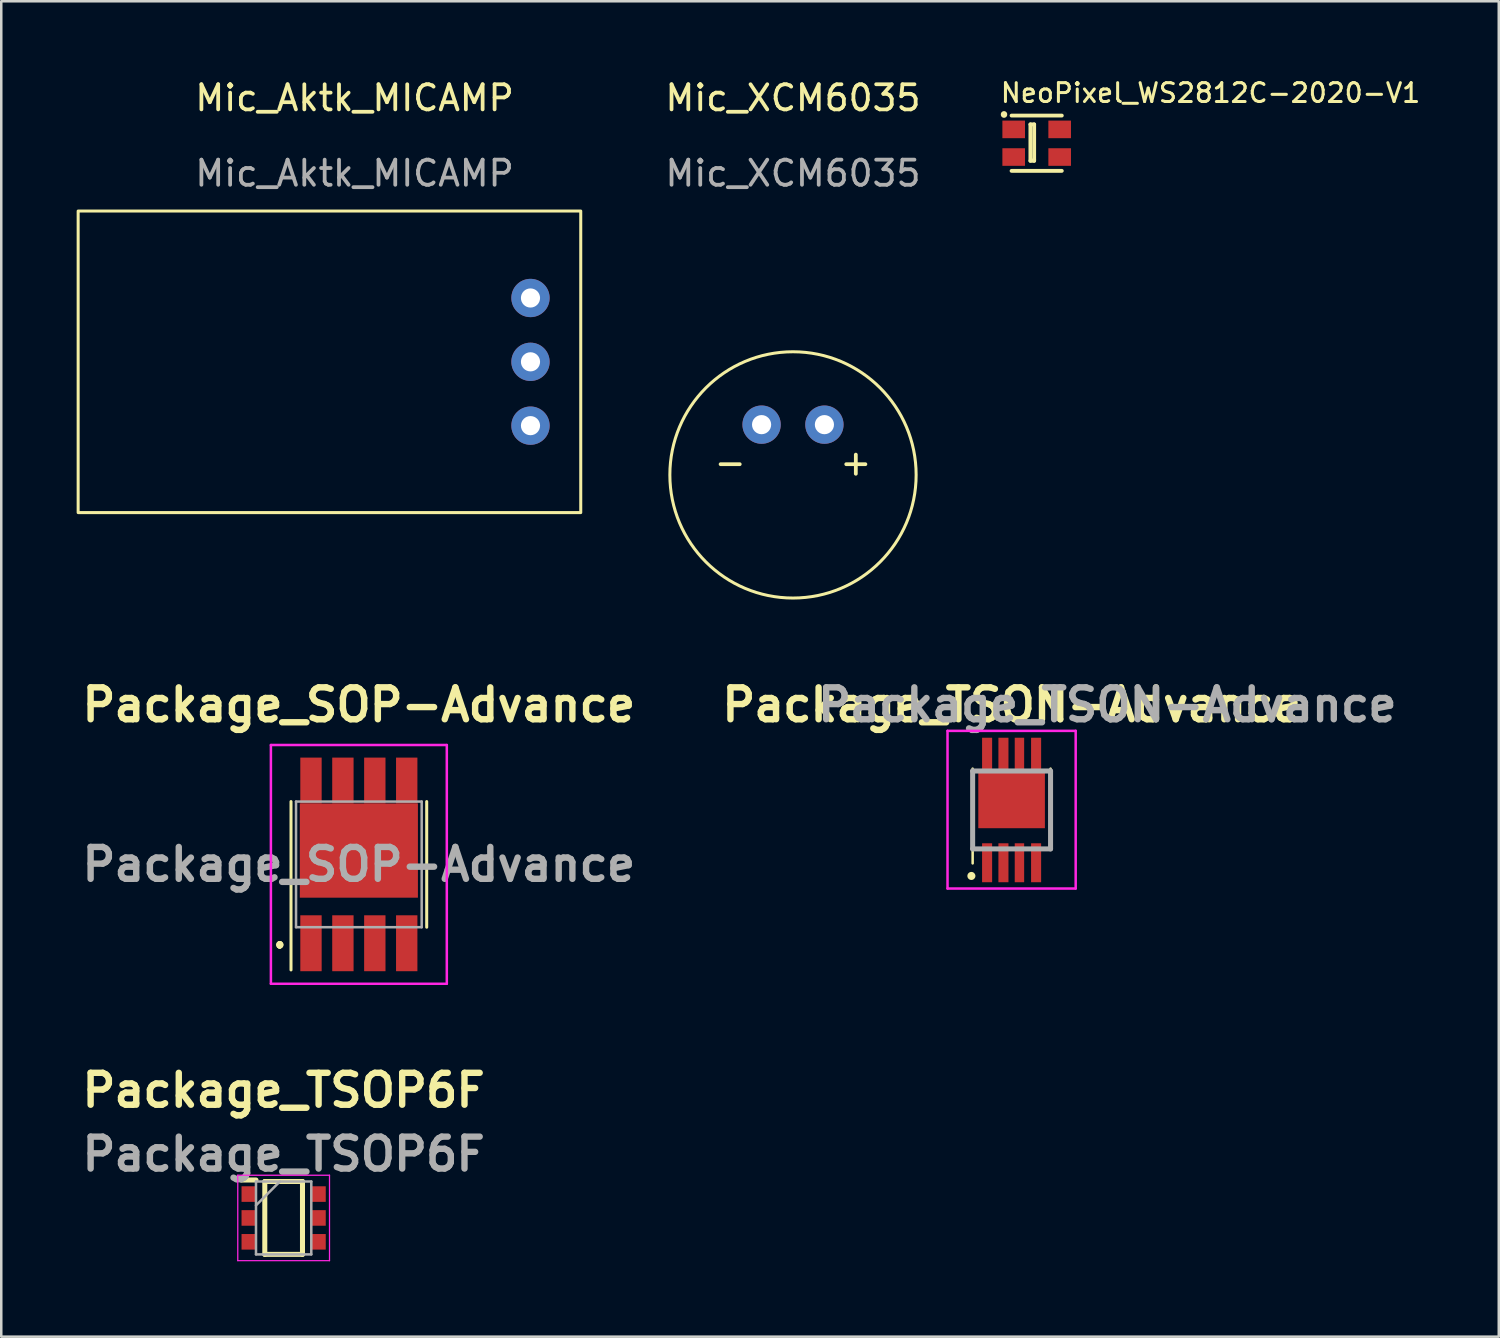
<source format=kicad_pcb>
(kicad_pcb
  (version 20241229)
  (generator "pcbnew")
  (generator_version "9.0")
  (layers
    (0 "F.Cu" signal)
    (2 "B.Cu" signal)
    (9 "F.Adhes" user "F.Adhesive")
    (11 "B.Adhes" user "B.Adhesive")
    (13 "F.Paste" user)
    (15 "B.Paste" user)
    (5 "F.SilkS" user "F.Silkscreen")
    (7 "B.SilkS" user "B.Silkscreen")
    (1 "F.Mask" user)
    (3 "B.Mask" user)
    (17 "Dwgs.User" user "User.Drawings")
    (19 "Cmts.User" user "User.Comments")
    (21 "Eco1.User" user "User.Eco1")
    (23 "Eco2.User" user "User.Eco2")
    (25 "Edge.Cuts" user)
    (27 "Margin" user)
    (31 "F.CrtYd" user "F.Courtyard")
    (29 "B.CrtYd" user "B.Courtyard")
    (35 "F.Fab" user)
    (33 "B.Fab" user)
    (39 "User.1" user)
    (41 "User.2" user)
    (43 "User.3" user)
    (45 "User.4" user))
  (footprint "Package_TSON-Advance"
    (layer "F.Cu")
    (at 37.205 28.807)
    (property "Reference" "Package_TSON-Advance" (at 0 -3.81 0) (layer "F.SilkS") (effects (font (size 1.27 1.27) (thickness 0.254))))
    (attr smd)
    (fp_line (start -1.55 -1.27) (end -1.55 2.5) (stroke (width 0.1) (type solid)) (layer "F.SilkS"))
    (fp_line (start 1.55 -1.27) (end 1.55 1.924) (stroke (width 0.1) (type solid)) (layer "F.SilkS"))
    (fp_circle (center -1.6 3) (end -1.5 3) (stroke (width 0.12) (type solid)) (fill yes) (layer "F.SilkS"))
    (fp_line (start -2.55 -2.774) (end 2.55 -2.774) (stroke (width 0.1) (type solid)) (layer "F.CrtYd"))
    (fp_line (start -2.55 3.5) (end -2.55 -2.774) (stroke (width 0.1) (type solid)) (layer "F.CrtYd"))
    (fp_line (start 2.55 -2.774) (end 2.55 3.5) (stroke (width 0.1) (type solid)) (layer "F.CrtYd"))
    (fp_line (start 2.55 3.5) (end -2.55 3.5) (stroke (width 0.1) (type solid)) (layer "F.CrtYd"))
    (fp_line (start -1.55 -1.176) (end -1.55 1.924) (stroke (width 0.2) (type solid)) (layer "F.Fab"))
    (fp_line (start -1.55 1.924) (end 1.55 1.924) (stroke (width 0.2) (type solid)) (layer "F.Fab"))
    (fp_line (start 1.55 -1.176) (end -1.55 -1.176) (stroke (width 0.2) (type solid)) (layer "F.Fab"))
    (fp_line (start 1.55 1.924) (end 1.55 -1.176) (stroke (width 0.2) (type solid)) (layer "F.Fab"))
    (fp_text user "${REFERENCE}" (at 3.81 -3.81 0) (layer "F.Fab") (effects (font (size 1.27 1.27) (thickness 0.254))))
    (pad "1" smd rect (at -0.975 2.475 90) (size 1.55 0.4) (layers "F.Cu" "F.Mask" "F.Paste"))
    (pad "2" smd rect (at -0.325 2.475 90) (size 1.55 0.4) (layers "F.Cu" "F.Mask" "F.Paste"))
    (pad "3" smd rect (at 0.312 2.475 90) (size 1.55 0.375) (layers "F.Cu" "F.Mask" "F.Paste"))
    (pad "4" smd rect (at 0.975 2.475 90) (size 1.55 0.4) (layers "F.Cu" "F.Mask" "F.Paste"))
    (pad "5" smd rect (at -0.975 -1.8 90) (size 1.4 0.4) (layers "F.Cu" "F.Mask" "F.Paste"))
    (pad "5" smd rect (at -0.325 -1.8 90) (size 1.4 0.4) (layers "F.Cu" "F.Mask" "F.Paste"))
    (pad "5" smd rect (at 0 0 90) (size 2.2 2.65) (layers "F.Cu" "F.Mask" "F.Paste"))
    (pad "5" smd rect (at 0.312 -1.8 90) (size 1.4 0.375) (layers "F.Cu" "F.Mask" "F.Paste"))
    (pad "5" smd rect (at 0.975 -1.8 90) (size 1.4 0.4) (layers "F.Cu" "F.Mask" "F.Paste")))
  (footprint "NeoPixel_WS2812C-2020-V1"
    (layer "F.Cu")
    (at 38.203 2.649)
    (property "Reference" "NeoPixel_WS2812C-2020-V1" (at -1.5 -2 0) (layer "F.SilkS") (effects (font (size 0.75 0.75) (thickness 0.12)) (justify left)))
    (attr smd)
    (fp_line (start -1.3 -1.15) (end -1.3 -1.138) (stroke (width 0.254) (type solid)) (layer "F.SilkS"))
    (fp_line (start -1 1.1) (end 1 1.1) (stroke (width 0.152) (type solid)) (layer "F.SilkS"))
    (fp_line (start -0.25 -0.75) (end -0.25 0.7) (stroke (width 0.152) (type solid)) (layer "F.SilkS"))
    (fp_line (start -0.25 -0.75) (end -0.1 -0.75) (stroke (width 0.152) (type solid)) (layer "F.SilkS"))
    (fp_line (start -0.1 -0.75) (end -0.1 0.65) (stroke (width 0.152) (type solid)) (layer "F.SilkS"))
    (fp_line (start -0.1 0.65) (end -0.1 0.7) (stroke (width 0.152) (type solid)) (layer "F.SilkS"))
    (fp_line (start -0.1 0.7) (end -0.25 0.7) (stroke (width 0.152) (type solid)) (layer "F.SilkS"))
    (fp_line (start 1 -1.1) (end -1 -1.1) (stroke (width 0.152) (type solid)) (layer "F.SilkS"))
    (pad "1" smd rect (at -0.915 -0.55) (size 0.9 0.7) (layers "F.Cu" "F.Mask" "F.Paste"))
    (pad "2" smd rect (at -0.915 0.55) (size 0.9 0.7) (layers "F.Cu" "F.Mask" "F.Paste"))
    (pad "3" smd rect (at 0.915 0.55) (size 0.9 0.7) (layers "F.Cu" "F.Mask" "F.Paste"))
    (pad "4" smd rect (at 0.915 -0.55) (size 0.9 0.7) (layers "F.Cu" "F.Mask" "F.Paste")))
  (footprint "Package_TSOP6F"
    (layer "F.Cu")
    (at 8.237 45.416)
    (property "Reference" "Package_TSOP6F" (at 0 -5.08 0) (layer "F.SilkS") (effects (font (size 1.27 1.27) (thickness 0.254))))
    (attr smd)
    (fp_line (start -1.675 -1.51) (end -1.1 -1.51) (stroke (width 0.2) (type solid)) (layer "F.SilkS"))
    (fp_line (start -0.75 -1.45) (end 0.75 -1.45) (stroke (width 0.2) (type solid)) (layer "F.SilkS"))
    (fp_line (start -0.75 1.45) (end -0.75 -1.45) (stroke (width 0.2) (type solid)) (layer "F.SilkS"))
    (fp_line (start 0.75 -1.45) (end 0.75 1.45) (stroke (width 0.2) (type solid)) (layer "F.SilkS"))
    (fp_line (start 0.75 1.45) (end -0.75 1.45) (stroke (width 0.2) (type solid)) (layer "F.SilkS"))
    (fp_line (start -1.825 -1.7) (end 1.825 -1.7) (stroke (width 0.05) (type solid)) (layer "F.CrtYd"))
    (fp_line (start -1.825 1.7) (end -1.825 -1.7) (stroke (width 0.05) (type solid)) (layer "F.CrtYd"))
    (fp_line (start 1.825 -1.7) (end 1.825 1.7) (stroke (width 0.05) (type solid)) (layer "F.CrtYd"))
    (fp_line (start 1.825 1.7) (end -1.825 1.7) (stroke (width 0.05) (type solid)) (layer "F.CrtYd"))
    (fp_line (start -1.1 -1.45) (end 1.1 -1.45) (stroke (width 0.1) (type solid)) (layer "F.Fab"))
    (fp_line (start -1.1 -0.5) (end -0.15 -1.45) (stroke (width 0.1) (type solid)) (layer "F.Fab"))
    (fp_line (start -1.1 1.45) (end -1.1 -1.45) (stroke (width 0.1) (type solid)) (layer "F.Fab"))
    (fp_line (start 1.1 -1.45) (end 1.1 1.45) (stroke (width 0.1) (type solid)) (layer "F.Fab"))
    (fp_line (start 1.1 1.45) (end -1.1 1.45) (stroke (width 0.1) (type solid)) (layer "F.Fab"))
    (fp_text user "${REFERENCE}" (at 0 -2.54 0) (layer "F.Fab") (effects (font (size 1.27 1.27) (thickness 0.254))))
    (pad "1" smd rect (at -1.388 -0.95) (size 0.575 0.62) (layers "F.Cu" "F.Mask" "F.Paste"))
    (pad "2" smd rect (at -1.388 0) (size 0.575 0.62) (layers "F.Cu" "F.Mask" "F.Paste"))
    (pad "3" smd rect (at -1.388 0.95) (size 0.575 0.62) (layers "F.Cu" "F.Mask" "F.Paste"))
    (pad "4" smd rect (at 1.388 0.95) (size 0.575 0.62) (layers "F.Cu" "F.Mask" "F.Paste"))
    (pad "5" smd rect (at 1.388 0) (size 0.575 0.62) (layers "F.Cu" "F.Mask" "F.Paste"))
    (pad "6" smd rect (at 1.388 -0.95) (size 0.575 0.62) (layers "F.Cu" "F.Mask" "F.Paste")))
  (footprint "Mic_Aktk_MICAMP"
    (layer "F.Cu")
    (at 20.06 5.348)
    (property "Reference" "Mic_Aktk_MICAMP" (at -9 -4.5 0) (unlocked yes) (layer "F.SilkS") (effects (font (size 1 1) (thickness 0.15))))
    (attr through_hole)
    (fp_rect (start -20 0) (end 0 12) (stroke (width 0.12) (type solid)) (fill no) (layer "F.SilkS"))
    (fp_text user "${REFERENCE}" (at -9 -1.5 0) (unlocked yes) (layer "F.Fab") (effects (font (size 1 1) (thickness 0.15))))
    (pad "1" thru_hole circle (at -2 3.46) (size 1.524 1.524) (drill 0.762) (layers "*.Cu" "*.Mask"))
    (pad "2" thru_hole circle (at -2 6) (size 1.524 1.524) (drill 0.762) (layers "*.Cu" "*.Mask"))
    (pad "3" thru_hole circle (at -2 8.54) (size 1.524 1.524) (drill 0.762) (layers "*.Cu" "*.Mask")))
  (footprint "Package_SOP-Advance"
    (layer "F.Cu")
    (at 11.23 31.347)
    (property "Reference" "Package_SOP-Advance" (at 0 -6.35 0) (layer "F.SilkS") (effects (font (size 1.27 1.27) (thickness 0.254))))
    (attr smd)
    (fp_line (start -3.15 3.15) (end -3.15 3.15) (stroke (width 0.2) (type solid)) (layer "F.SilkS"))
    (fp_line (start -3.15 3.25) (end -3.15 3.25) (stroke (width 0.2) (type solid)) (layer "F.SilkS"))
    (fp_line (start -3.15 3.25) (end -3.15 3.25) (stroke (width 0.2) (type solid)) (layer "F.SilkS"))
    (fp_line (start -2.7 -2.5) (end -2.7 4.2) (stroke (width 0.12) (type solid)) (layer "F.SilkS"))
    (fp_line (start 2.7 -2.5) (end 2.7 2.5) (stroke (width 0.12) (type solid)) (layer "F.SilkS"))
    (fp_arc (start -3.15 3.15) (mid -3.1 3.2) (end -3.15 3.25) (stroke (width 0.2) (type solid)) (layer "F.SilkS"))
    (fp_arc (start -3.15 3.15) (mid -3.1 3.2) (end -3.15 3.25) (stroke (width 0.2) (type solid)) (layer "F.SilkS"))
    (fp_arc (start -3.15 3.25) (mid -3.2 3.2) (end -3.15 3.15) (stroke (width 0.2) (type solid)) (layer "F.SilkS"))
    (fp_line (start -3.5 -4.75) (end 3.5 -4.75) (stroke (width 0.1) (type solid)) (layer "F.CrtYd"))
    (fp_line (start -3.5 4.75) (end -3.5 -4.75) (stroke (width 0.1) (type solid)) (layer "F.CrtYd"))
    (fp_line (start 3.5 -4.75) (end 3.5 4.75) (stroke (width 0.1) (type solid)) (layer "F.CrtYd"))
    (fp_line (start 3.5 4.75) (end -3.5 4.75) (stroke (width 0.1) (type solid)) (layer "F.CrtYd"))
    (fp_line (start -2.5 -2.5) (end -2.5 2.5) (stroke (width 0.1) (type solid)) (layer "F.Fab"))
    (fp_line (start -2.5 2.5) (end 2.5 2.5) (stroke (width 0.1) (type solid)) (layer "F.Fab"))
    (fp_line (start 2.5 -2.5) (end -2.5 -2.5) (stroke (width 0.1) (type solid)) (layer "F.Fab"))
    (fp_line (start 2.5 2.5) (end 2.5 -2.5) (stroke (width 0.1) (type solid)) (layer "F.Fab"))
    (fp_text user "${REFERENCE}" (at 0 0 0) (layer "F.Fab") (effects (font (size 1.27 1.27) (thickness 0.254))))
    (pad "1" smd rect (at -1.905 3.138) (size 0.85 2.225) (layers "F.Cu" "F.Mask" "F.Paste"))
    (pad "2" smd rect (at -0.635 3.138) (size 0.85 2.225) (layers "F.Cu" "F.Mask" "F.Paste"))
    (pad "3" smd rect (at 0.635 3.138) (size 0.85 2.225) (layers "F.Cu" "F.Mask" "F.Paste"))
    (pad "4" smd rect (at 1.905 3.138) (size 0.85 2.225) (layers "F.Cu" "F.Mask" "F.Paste"))
    (pad "5" smd rect (at -1.905 -3.337) (size 0.85 1.825) (layers "F.Cu" "F.Mask" "F.Paste"))
    (pad "5" smd rect (at -0.635 -3.337) (size 0.85 1.825) (layers "F.Cu" "F.Mask" "F.Paste"))
    (pad "5" smd rect (at 0 -0.55 90) (size 3.75 4.7) (layers "F.Cu" "F.Mask" "F.Paste"))
    (pad "5" smd rect (at 0.635 -3.337) (size 0.85 1.825) (layers "F.Cu" "F.Mask" "F.Paste"))
    (pad "5" smd rect (at 1.905 -3.337) (size 0.85 1.825) (layers "F.Cu" "F.Mask" "F.Paste")))
  (footprint "Mic_XCM6035"
    (layer "F.Cu")
    (at 28.506 15.848)
    (property "Reference" "Mic_XCM6035" (at 0 -15 0) (unlocked yes) (layer "F.SilkS") (effects (font (size 1 1) (thickness 0.15))))
    (attr through_hole)
    (fp_circle (center 0 0) (end 4.9 0) (stroke (width 0.12) (type solid)) (fill no) (layer "F.SilkS"))
    (fp_text user "+" (at 2.5 -0.5 0) (unlocked yes) (layer "F.SilkS") (effects (font (size 1 1) (thickness 0.15))))
    (fp_text user "-" (at -2.5 -0.5 0) (unlocked yes) (layer "F.SilkS") (effects (font (size 1 1) (thickness 0.15))))
    (fp_text user "${REFERENCE}" (at 0 -12 0) (unlocked yes) (layer "F.Fab") (effects (font (size 1 1) (thickness 0.15))))
    (pad "1" thru_hole circle (at -1.25 -2) (size 1.524 1.524) (drill 0.762) (layers "*.Cu" "*.Mask"))
    (pad "2" thru_hole circle (at 1.25 -2) (size 1.524 1.524) (drill 0.762) (layers "*.Cu" "*.Mask")))
  (gr_rect
    (start -3 -3)
    (end 56.591 50.141)
    (stroke (width 0.1) (type default))
    (fill no)
    (layer "Edge.Cuts")))
</source>
